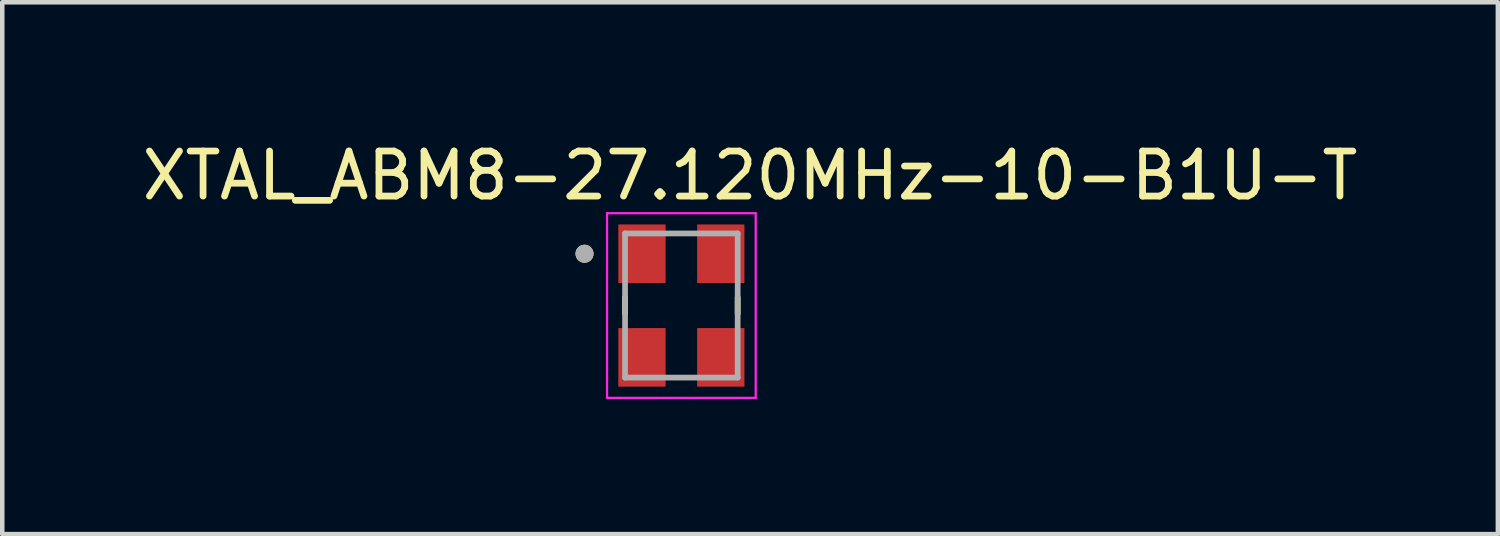
<source format=kicad_pcb>
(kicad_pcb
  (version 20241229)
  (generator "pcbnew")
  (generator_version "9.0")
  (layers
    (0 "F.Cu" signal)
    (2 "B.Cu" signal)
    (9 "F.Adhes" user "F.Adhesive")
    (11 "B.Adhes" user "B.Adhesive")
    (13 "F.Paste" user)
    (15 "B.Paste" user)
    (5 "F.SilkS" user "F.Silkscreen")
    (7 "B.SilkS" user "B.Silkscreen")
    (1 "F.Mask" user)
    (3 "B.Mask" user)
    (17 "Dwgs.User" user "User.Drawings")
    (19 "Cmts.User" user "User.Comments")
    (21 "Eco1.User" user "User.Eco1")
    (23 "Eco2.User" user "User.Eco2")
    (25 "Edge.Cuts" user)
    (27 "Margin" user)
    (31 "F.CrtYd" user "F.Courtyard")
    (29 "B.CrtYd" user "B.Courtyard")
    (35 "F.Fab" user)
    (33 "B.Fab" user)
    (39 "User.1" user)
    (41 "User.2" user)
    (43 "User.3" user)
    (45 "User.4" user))
  (footprint "XTAL_ABM8-27.120MHz-10-B1U-T"
    (layer "F.Cu")
    (at 12.076 3.733)
    (property "Reference" "XTAL_ABM8-27.120MHz-10-B1U-T" (at 1.525 -2.885 0) (layer "F.SilkS") (effects (font (size 1 1) (thickness 0.15))))
    (attr smd)
    (fp_line (start -1.25 -0.18) (end -1.25 0.18) (stroke (width 0.127) (type solid)) (layer "F.SilkS"))
    (fp_line (start 1.25 -0.18) (end 1.25 0.18) (stroke (width 0.127) (type solid)) (layer "F.SilkS"))
    (fp_circle (center -2.15 -1.15) (end -2.05 -1.15) (stroke (width 0.2) (type solid)) (fill no) (layer "F.SilkS"))
    (fp_line (start -1.65 -2.05) (end -1.65 2.05) (stroke (width 0.05) (type solid)) (layer "F.CrtYd"))
    (fp_line (start -1.65 -2.05) (end 1.65 -2.05) (stroke (width 0.05) (type solid)) (layer "F.CrtYd"))
    (fp_line (start 1.65 -2.05) (end 1.65 2.05) (stroke (width 0.05) (type solid)) (layer "F.CrtYd"))
    (fp_line (start 1.65 2.05) (end -1.65 2.05) (stroke (width 0.05) (type solid)) (layer "F.CrtYd"))
    (fp_line (start -1.25 -1.6) (end -1.25 1.6) (stroke (width 0.127) (type solid)) (layer "F.Fab"))
    (fp_line (start -1.25 -1.6) (end 1.25 -1.6) (stroke (width 0.127) (type solid)) (layer "F.Fab"))
    (fp_line (start 1.25 -1.6) (end 1.25 1.6) (stroke (width 0.127) (type solid)) (layer "F.Fab"))
    (fp_line (start 1.25 1.6) (end -1.25 1.6) (stroke (width 0.127) (type solid)) (layer "F.Fab"))
    (fp_circle (center -2.15 -1.15) (end -2.05 -1.15) (stroke (width 0.2) (type solid)) (fill no) (layer "F.Fab"))
    (pad "1" smd rect (at -0.875 -1.15) (size 1.05 1.3) (layers "F.Cu" "F.Mask" "F.Paste"))
    (pad "2" smd rect (at -0.875 1.15) (size 1.05 1.3) (layers "F.Cu" "F.Mask" "F.Paste"))
    (pad "3" smd rect (at 0.875 1.15) (size 1.05 1.3) (layers "F.Cu" "F.Mask" "F.Paste"))
    (pad "4" smd rect (at 0.875 -1.15) (size 1.05 1.3) (layers "F.Cu" "F.Mask" "F.Paste")))
  (gr_rect
    (start -3 -3)
    (end 30.202 8.808)
    (stroke (width 0.1) (type default))
    (fill no)
    (layer "Edge.Cuts")))
</source>
